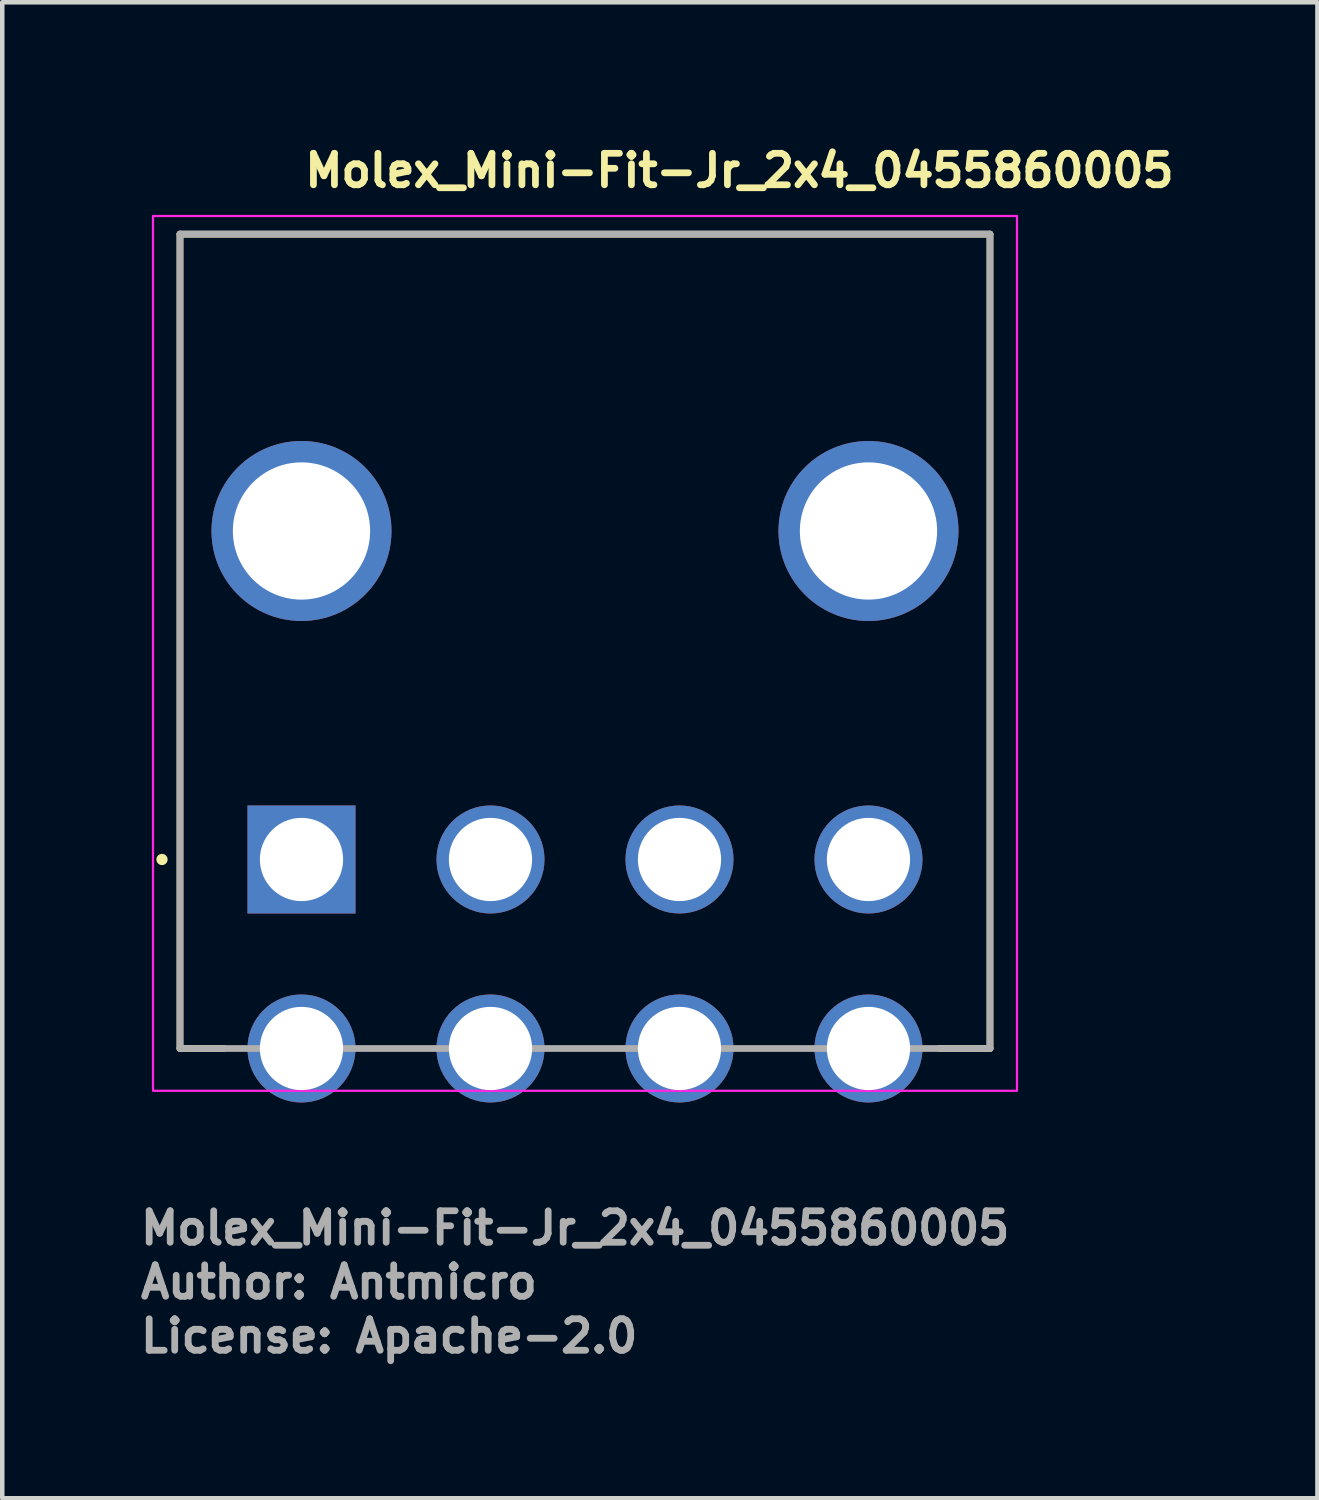
<source format=kicad_pcb>
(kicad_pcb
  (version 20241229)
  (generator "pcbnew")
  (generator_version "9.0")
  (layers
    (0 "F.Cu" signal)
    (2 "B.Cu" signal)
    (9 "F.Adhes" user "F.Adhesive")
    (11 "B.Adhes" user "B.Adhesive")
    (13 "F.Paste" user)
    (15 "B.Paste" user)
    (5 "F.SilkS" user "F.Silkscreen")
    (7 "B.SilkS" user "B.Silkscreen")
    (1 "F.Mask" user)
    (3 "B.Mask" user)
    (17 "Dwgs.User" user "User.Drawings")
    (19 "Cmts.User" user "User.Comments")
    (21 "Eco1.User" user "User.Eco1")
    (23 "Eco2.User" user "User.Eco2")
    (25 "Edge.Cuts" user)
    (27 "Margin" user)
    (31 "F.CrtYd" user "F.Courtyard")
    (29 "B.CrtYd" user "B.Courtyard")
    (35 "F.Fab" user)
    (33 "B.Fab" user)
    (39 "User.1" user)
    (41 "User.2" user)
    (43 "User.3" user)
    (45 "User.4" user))
  (footprint "Molex_Mini-Fit-Jr_2x4_0455860005"
    (layer "F.Cu")
    (at 3.65 16.05)
    (property "Reference" "Molex_Mini-Fit-Jr_2x4_0455860005" (at 0 -14.9 0) (unlocked yes) (layer "F.SilkS") (effects (font (size 0.7 0.7) (thickness 0.15)) (justify left bottom)))
    (attr through_hole)
    (fp_line (start -2.7 4.2) (end -2.7 -13.895) (stroke (width 0.15) (type solid)) (layer "F.SilkS"))
    (fp_line (start -1.735 4.2) (end -2.7 4.2) (stroke (width 0.15) (type solid)) (layer "F.SilkS"))
    (fp_line (start 15.3 -13.895) (end -2.7 -13.895) (stroke (width 0.15) (type solid)) (layer "F.SilkS"))
    (fp_line (start 15.3 4.2) (end 14.173 4.2) (stroke (width 0.15) (type solid)) (layer "F.SilkS"))
    (fp_line (start 15.3 4.2) (end 15.3 -13.884) (stroke (width 0.15) (type solid)) (layer "F.SilkS"))
    (fp_circle (center -3.1 0) (end -3.05 0) (stroke (width 0.15) (type solid)) (fill yes) (layer "F.SilkS"))
    (fp_rect (start -3.3 -14.3) (end 15.9 5.14) (stroke (width 0.05) (type solid)) (fill no) (layer "F.CrtYd"))
    (fp_line (start -2.7 4.2) (end -2.7 -13.9) (stroke (width 0.15) (type solid)) (layer "F.Fab"))
    (fp_line (start 15.3 -13.9) (end -2.7 -13.9) (stroke (width 0.15) (type solid)) (layer "F.Fab"))
    (fp_line (start 15.3 4.2) (end -2.7 4.2) (stroke (width 0.15) (type solid)) (layer "F.Fab"))
    (fp_line (start 15.3 4.2) (end 15.3 -13.9) (stroke (width 0.15) (type solid)) (layer "F.Fab"))
    (fp_rect (start -2.9 -13.895) (end 15.5 4.742) (stroke (width 0.1) (type solid)) (fill no) (layer "User.5"))
    (fp_line (start -2.9 -13.895) (end -2.783 -13.895) (stroke (width 0.02) (type solid)) (layer "User.9"))
    (fp_line (start -2.9 -7.295) (end -2.9 -13.895) (stroke (width 0.02) (type solid)) (layer "User.9"))
    (fp_line (start -2.9 -7.295) (end -2.9 -1.095) (stroke (width 0.02) (type solid)) (layer "User.9"))
    (fp_line (start -2.783 -13.895) (end -2.783 -13.895) (stroke (width 0.02) (type solid)) (layer "User.9"))
    (fp_line (start -2.783 -13.895) (end -2.5 -13.895) (stroke (width 0.02) (type solid)) (layer "User.9"))
    (fp_line (start -2.783 -7.295) (end -2.9 -7.295) (stroke (width 0.02) (type solid)) (layer "User.9"))
    (fp_line (start -2.783 -7.295) (end -2.783 -7.295) (stroke (width 0.02) (type solid)) (layer "User.9"))
    (fp_line (start -2.783 -1.095) (end -2.9 -1.095) (stroke (width 0.02) (type solid)) (layer "User.9"))
    (fp_line (start -2.783 -1.095) (end -2.783 -1.095) (stroke (width 0.02) (type solid)) (layer "User.9"))
    (fp_line (start -2.5 -13.895) (end -2.5 -1.095) (stroke (width 0.02) (type solid)) (layer "User.9"))
    (fp_line (start -2.5 -13.895) (end -2.383 -13.895) (stroke (width 0.02) (type solid)) (layer "User.9"))
    (fp_line (start -2.5 -7.295) (end -2.783 -7.295) (stroke (width 0.02) (type solid)) (layer "User.9"))
    (fp_line (start -2.5 -1.095) (end -2.783 -1.095) (stroke (width 0.02) (type solid)) (layer "User.9"))
    (fp_line (start -2.5 -1.095) (end -2.383 -1.095) (stroke (width 0.02) (type solid)) (layer "User.9"))
    (fp_line (start -2.383 -13.895) (end -2.383 -13.895) (stroke (width 0.02) (type solid)) (layer "User.9"))
    (fp_line (start -2.383 -13.895) (end -2.1 -13.895) (stroke (width 0.02) (type solid)) (layer "User.9"))
    (fp_line (start -2.383 -1.095) (end -2.383 -1.095) (stroke (width 0.02) (type solid)) (layer "User.9"))
    (fp_line (start -2.383 -1.095) (end -2.1 -1.095) (stroke (width 0.02) (type solid)) (layer "User.9"))
    (fp_line (start -2.1 -13.895) (end 2.7 -13.895) (stroke (width 0.02) (type solid)) (layer "User.9"))
    (fp_line (start -2.1 -1.095) (end 10.5 -1.095) (stroke (width 0.02) (type solid)) (layer "User.9"))
    (fp_line (start -0.335 2.722) (end -0.335 -1.095) (stroke (width 0.02) (type solid)) (layer "User.9"))
    (fp_line (start -0.335 3.172) (end -0.335 2.722) (stroke (width 0.02) (type solid)) (layer "User.9"))
    (fp_line (start -0.335 3.172) (end -0.335 3.172) (stroke (width 0.02) (type solid)) (layer "User.9"))
    (fp_line (start -0.335 3.389) (end -0.335 3.172) (stroke (width 0.02) (type solid)) (layer "User.9"))
    (fp_line (start -0.335 3.389) (end -0.335 3.389) (stroke (width 0.02) (type solid)) (layer "User.9"))
    (fp_line (start -0.335 3.599) (end -0.335 3.389) (stroke (width 0.02) (type solid)) (layer "User.9"))
    (fp_line (start -0.335 3.599) (end -0.335 3.599) (stroke (width 0.02) (type solid)) (layer "User.9"))
    (fp_line (start -0.335 3.797) (end -0.335 3.599) (stroke (width 0.02) (type solid)) (layer "User.9"))
    (fp_line (start -0.335 3.797) (end -0.335 3.797) (stroke (width 0.02) (type solid)) (layer "User.9"))
    (fp_line (start -0.335 3.982) (end -0.335 3.797) (stroke (width 0.02) (type solid)) (layer "User.9"))
    (fp_line (start -0.335 3.982) (end -0.335 3.982) (stroke (width 0.02) (type solid)) (layer "User.9"))
    (fp_line (start -0.335 4.151) (end -0.335 3.982) (stroke (width 0.02) (type solid)) (layer "User.9"))
    (fp_line (start -0.335 4.151) (end -0.335 4.151) (stroke (width 0.02) (type solid)) (layer "User.9"))
    (fp_line (start -0.335 4.302) (end -0.335 4.151) (stroke (width 0.02) (type solid)) (layer "User.9"))
    (fp_line (start -0.335 4.302) (end -0.335 4.302) (stroke (width 0.02) (type solid)) (layer "User.9"))
    (fp_line (start -0.335 4.433) (end -0.335 4.302) (stroke (width 0.02) (type solid)) (layer "User.9"))
    (fp_line (start -0.335 4.433) (end -0.335 4.433) (stroke (width 0.02) (type solid)) (layer "User.9"))
    (fp_line (start -0.335 4.542) (end -0.335 4.433) (stroke (width 0.02) (type solid)) (layer "User.9"))
    (fp_line (start -0.335 4.542) (end -0.335 4.542) (stroke (width 0.02) (type solid)) (layer "User.9"))
    (fp_line (start -0.335 4.629) (end -0.335 4.542) (stroke (width 0.02) (type solid)) (layer "User.9"))
    (fp_line (start -0.335 4.629) (end -0.335 4.629) (stroke (width 0.02) (type solid)) (layer "User.9"))
    (fp_line (start -0.335 4.692) (end -0.335 4.629) (stroke (width 0.02) (type solid)) (layer "User.9"))
    (fp_line (start -0.335 4.692) (end -0.335 4.692) (stroke (width 0.02) (type solid)) (layer "User.9"))
    (fp_line (start -0.335 4.73) (end -0.335 4.692) (stroke (width 0.02) (type solid)) (layer "User.9"))
    (fp_line (start -0.335 4.73) (end -0.335 4.73) (stroke (width 0.02) (type solid)) (layer "User.9"))
    (fp_line (start -0.335 4.742) (end -0.335 4.73) (stroke (width 0.02) (type solid)) (layer "User.9"))
    (fp_line (start 0.735 2.722) (end 0.735 -1.095) (stroke (width 0.02) (type solid)) (layer "User.9"))
    (fp_line (start 0.735 3.172) (end 0.735 2.722) (stroke (width 0.02) (type solid)) (layer "User.9"))
    (fp_line (start 0.735 3.172) (end 0.735 3.172) (stroke (width 0.02) (type solid)) (layer "User.9"))
    (fp_line (start 0.735 3.389) (end 0.735 3.172) (stroke (width 0.02) (type solid)) (layer "User.9"))
    (fp_line (start 0.735 3.389) (end 0.735 3.389) (stroke (width 0.02) (type solid)) (layer "User.9"))
    (fp_line (start 0.735 3.599) (end 0.735 3.389) (stroke (width 0.02) (type solid)) (layer "User.9"))
    (fp_line (start 0.735 3.599) (end 0.735 3.599) (stroke (width 0.02) (type solid)) (layer "User.9"))
    (fp_line (start 0.735 3.797) (end 0.735 3.599) (stroke (width 0.02) (type solid)) (layer "User.9"))
    (fp_line (start 0.735 3.797) (end 0.735 3.797) (stroke (width 0.02) (type solid)) (layer "User.9"))
    (fp_line (start 0.735 3.982) (end 0.735 3.797) (stroke (width 0.02) (type solid)) (layer "User.9"))
    (fp_line (start 0.735 3.982) (end 0.735 3.982) (stroke (width 0.02) (type solid)) (layer "User.9"))
    (fp_line (start 0.735 4.151) (end 0.735 3.982) (stroke (width 0.02) (type solid)) (layer "User.9"))
    (fp_line (start 0.735 4.151) (end 0.735 4.151) (stroke (width 0.02) (type solid)) (layer "User.9"))
    (fp_line (start 0.735 4.302) (end 0.735 4.151) (stroke (width 0.02) (type solid)) (layer "User.9"))
    (fp_line (start 0.735 4.302) (end 0.735 4.302) (stroke (width 0.02) (type solid)) (layer "User.9"))
    (fp_line (start 0.735 4.433) (end 0.735 4.302) (stroke (width 0.02) (type solid)) (layer "User.9"))
    (fp_line (start 0.735 4.433) (end 0.735 4.433) (stroke (width 0.02) (type solid)) (layer "User.9"))
    (fp_line (start 0.735 4.542) (end 0.735 4.433) (stroke (width 0.02) (type solid)) (layer "User.9"))
    (fp_line (start 0.735 4.542) (end 0.735 4.542) (stroke (width 0.02) (type solid)) (layer "User.9"))
    (fp_line (start 0.735 4.629) (end 0.735 4.542) (stroke (width 0.02) (type solid)) (layer "User.9"))
    (fp_line (start 0.735 4.629) (end 0.735 4.629) (stroke (width 0.02) (type solid)) (layer "User.9"))
    (fp_line (start 0.735 4.692) (end 0.735 4.629) (stroke (width 0.02) (type solid)) (layer "User.9"))
    (fp_line (start 0.735 4.692) (end 0.735 4.692) (stroke (width 0.02) (type solid)) (layer "User.9"))
    (fp_line (start 0.735 4.73) (end 0.735 4.692) (stroke (width 0.02) (type solid)) (layer "User.9"))
    (fp_line (start 0.735 4.73) (end 0.735 4.73) (stroke (width 0.02) (type solid)) (layer "User.9"))
    (fp_line (start 0.735 4.742) (end -0.335 4.742) (stroke (width 0.02) (type solid)) (layer "User.9"))
    (fp_line (start 0.735 4.742) (end 0.735 4.73) (stroke (width 0.02) (type solid)) (layer "User.9"))
    (fp_line (start 2.7 -11.545) (end 2.7 -13.895) (stroke (width 0.02) (type solid)) (layer "User.9"))
    (fp_line (start 2.7 -10.722) (end 2.7 -11.545) (stroke (width 0.02) (type solid)) (layer "User.9"))
    (fp_line (start 3.865 2.722) (end 3.865 -1.095) (stroke (width 0.02) (type solid)) (layer "User.9"))
    (fp_line (start 3.865 3.172) (end 3.865 2.722) (stroke (width 0.02) (type solid)) (layer "User.9"))
    (fp_line (start 3.865 3.172) (end 3.865 3.172) (stroke (width 0.02) (type solid)) (layer "User.9"))
    (fp_line (start 3.865 3.389) (end 3.865 3.172) (stroke (width 0.02) (type solid)) (layer "User.9"))
    (fp_line (start 3.865 3.389) (end 3.865 3.389) (stroke (width 0.02) (type solid)) (layer "User.9"))
    (fp_line (start 3.865 3.599) (end 3.865 3.389) (stroke (width 0.02) (type solid)) (layer "User.9"))
    (fp_line (start 3.865 3.599) (end 3.865 3.599) (stroke (width 0.02) (type solid)) (layer "User.9"))
    (fp_line (start 3.865 3.797) (end 3.865 3.599) (stroke (width 0.02) (type solid)) (layer "User.9"))
    (fp_line (start 3.865 3.797) (end 3.865 3.797) (stroke (width 0.02) (type solid)) (layer "User.9"))
    (fp_line (start 3.865 3.982) (end 3.865 3.797) (stroke (width 0.02) (type solid)) (layer "User.9"))
    (fp_line (start 3.865 3.982) (end 3.865 3.982) (stroke (width 0.02) (type solid)) (layer "User.9"))
    (fp_line (start 3.865 4.151) (end 3.865 3.982) (stroke (width 0.02) (type solid)) (layer "User.9"))
    (fp_line (start 3.865 4.151) (end 3.865 4.151) (stroke (width 0.02) (type solid)) (layer "User.9"))
    (fp_line (start 3.865 4.302) (end 3.865 4.151) (stroke (width 0.02) (type solid)) (layer "User.9"))
    (fp_line (start 3.865 4.302) (end 3.865 4.302) (stroke (width 0.02) (type solid)) (layer "User.9"))
    (fp_line (start 3.865 4.433) (end 3.865 4.302) (stroke (width 0.02) (type solid)) (layer "User.9"))
    (fp_line (start 3.865 4.433) (end 3.865 4.433) (stroke (width 0.02) (type solid)) (layer "User.9"))
    (fp_line (start 3.865 4.542) (end 3.865 4.433) (stroke (width 0.02) (type solid)) (layer "User.9"))
    (fp_line (start 3.865 4.542) (end 3.865 4.542) (stroke (width 0.02) (type solid)) (layer "User.9"))
    (fp_line (start 3.865 4.629) (end 3.865 4.542) (stroke (width 0.02) (type solid)) (layer "User.9"))
    (fp_line (start 3.865 4.629) (end 3.865 4.629) (stroke (width 0.02) (type solid)) (layer "User.9"))
    (fp_line (start 3.865 4.692) (end 3.865 4.629) (stroke (width 0.02) (type solid)) (layer "User.9"))
    (fp_line (start 3.865 4.692) (end 3.865 4.692) (stroke (width 0.02) (type solid)) (layer "User.9"))
    (fp_line (start 3.865 4.73) (end 3.865 4.692) (stroke (width 0.02) (type solid)) (layer "User.9"))
    (fp_line (start 3.865 4.73) (end 3.865 4.73) (stroke (width 0.02) (type solid)) (layer "User.9"))
    (fp_line (start 3.865 4.742) (end 3.865 4.73) (stroke (width 0.02) (type solid)) (layer "User.9"))
    (fp_line (start 4.935 2.722) (end 4.935 -1.095) (stroke (width 0.02) (type solid)) (layer "User.9"))
    (fp_line (start 4.935 3.172) (end 4.935 2.722) (stroke (width 0.02) (type solid)) (layer "User.9"))
    (fp_line (start 4.935 3.172) (end 4.935 3.172) (stroke (width 0.02) (type solid)) (layer "User.9"))
    (fp_line (start 4.935 3.389) (end 4.935 3.172) (stroke (width 0.02) (type solid)) (layer "User.9"))
    (fp_line (start 4.935 3.389) (end 4.935 3.389) (stroke (width 0.02) (type solid)) (layer "User.9"))
    (fp_line (start 4.935 3.599) (end 4.935 3.389) (stroke (width 0.02) (type solid)) (layer "User.9"))
    (fp_line (start 4.935 3.599) (end 4.935 3.599) (stroke (width 0.02) (type solid)) (layer "User.9"))
    (fp_line (start 4.935 3.797) (end 4.935 3.599) (stroke (width 0.02) (type solid)) (layer "User.9"))
    (fp_line (start 4.935 3.797) (end 4.935 3.797) (stroke (width 0.02) (type solid)) (layer "User.9"))
    (fp_line (start 4.935 3.982) (end 4.935 3.797) (stroke (width 0.02) (type solid)) (layer "User.9"))
    (fp_line (start 4.935 3.982) (end 4.935 3.982) (stroke (width 0.02) (type solid)) (layer "User.9"))
    (fp_line (start 4.935 4.151) (end 4.935 3.982) (stroke (width 0.02) (type solid)) (layer "User.9"))
    (fp_line (start 4.935 4.151) (end 4.935 4.151) (stroke (width 0.02) (type solid)) (layer "User.9"))
    (fp_line (start 4.935 4.302) (end 4.935 4.151) (stroke (width 0.02) (type solid)) (layer "User.9"))
    (fp_line (start 4.935 4.302) (end 4.935 4.302) (stroke (width 0.02) (type solid)) (layer "User.9"))
    (fp_line (start 4.935 4.433) (end 4.935 4.302) (stroke (width 0.02) (type solid)) (layer "User.9"))
    (fp_line (start 4.935 4.433) (end 4.935 4.433) (stroke (width 0.02) (type solid)) (layer "User.9"))
    (fp_line (start 4.935 4.542) (end 4.935 4.433) (stroke (width 0.02) (type solid)) (layer "User.9"))
    (fp_line (start 4.935 4.542) (end 4.935 4.542) (stroke (width 0.02) (type solid)) (layer "User.9"))
    (fp_line (start 4.935 4.629) (end 4.935 4.542) (stroke (width 0.02) (type solid)) (layer "User.9"))
    (fp_line (start 4.935 4.629) (end 4.935 4.629) (stroke (width 0.02) (type solid)) (layer "User.9"))
    (fp_line (start 4.935 4.692) (end 4.935 4.629) (stroke (width 0.02) (type solid)) (layer "User.9"))
    (fp_line (start 4.935 4.692) (end 4.935 4.692) (stroke (width 0.02) (type solid)) (layer "User.9"))
    (fp_line (start 4.935 4.73) (end 4.935 4.692) (stroke (width 0.02) (type solid)) (layer "User.9"))
    (fp_line (start 4.935 4.73) (end 4.935 4.73) (stroke (width 0.02) (type solid)) (layer "User.9"))
    (fp_line (start 4.935 4.742) (end 3.865 4.742) (stroke (width 0.02) (type solid)) (layer "User.9"))
    (fp_line (start 4.935 4.742) (end 4.935 4.73) (stroke (width 0.02) (type solid)) (layer "User.9"))
    (fp_line (start 8.065 2.722) (end 8.065 -1.095) (stroke (width 0.02) (type solid)) (layer "User.9"))
    (fp_line (start 8.065 3.172) (end 8.065 2.722) (stroke (width 0.02) (type solid)) (layer "User.9"))
    (fp_line (start 8.065 3.172) (end 8.065 3.172) (stroke (width 0.02) (type solid)) (layer "User.9"))
    (fp_line (start 8.065 3.389) (end 8.065 3.172) (stroke (width 0.02) (type solid)) (layer "User.9"))
    (fp_line (start 8.065 3.389) (end 8.065 3.389) (stroke (width 0.02) (type solid)) (layer "User.9"))
    (fp_line (start 8.065 3.599) (end 8.065 3.389) (stroke (width 0.02) (type solid)) (layer "User.9"))
    (fp_line (start 8.065 3.599) (end 8.065 3.599) (stroke (width 0.02) (type solid)) (layer "User.9"))
    (fp_line (start 8.065 3.797) (end 8.065 3.599) (stroke (width 0.02) (type solid)) (layer "User.9"))
    (fp_line (start 8.065 3.797) (end 8.065 3.797) (stroke (width 0.02) (type solid)) (layer "User.9"))
    (fp_line (start 8.065 3.982) (end 8.065 3.797) (stroke (width 0.02) (type solid)) (layer "User.9"))
    (fp_line (start 8.065 3.982) (end 8.065 3.982) (stroke (width 0.02) (type solid)) (layer "User.9"))
    (fp_line (start 8.065 4.151) (end 8.065 3.982) (stroke (width 0.02) (type solid)) (layer "User.9"))
    (fp_line (start 8.065 4.151) (end 8.065 4.151) (stroke (width 0.02) (type solid)) (layer "User.9"))
    (fp_line (start 8.065 4.302) (end 8.065 4.151) (stroke (width 0.02) (type solid)) (layer "User.9"))
    (fp_line (start 8.065 4.302) (end 8.065 4.302) (stroke (width 0.02) (type solid)) (layer "User.9"))
    (fp_line (start 8.065 4.433) (end 8.065 4.302) (stroke (width 0.02) (type solid)) (layer "User.9"))
    (fp_line (start 8.065 4.433) (end 8.065 4.433) (stroke (width 0.02) (type solid)) (layer "User.9"))
    (fp_line (start 8.065 4.542) (end 8.065 4.433) (stroke (width 0.02) (type solid)) (layer "User.9"))
    (fp_line (start 8.065 4.542) (end 8.065 4.542) (stroke (width 0.02) (type solid)) (layer "User.9"))
    (fp_line (start 8.065 4.629) (end 8.065 4.542) (stroke (width 0.02) (type solid)) (layer "User.9"))
    (fp_line (start 8.065 4.629) (end 8.065 4.629) (stroke (width 0.02) (type solid)) (layer "User.9"))
    (fp_line (start 8.065 4.692) (end 8.065 4.629) (stroke (width 0.02) (type solid)) (layer "User.9"))
    (fp_line (start 8.065 4.692) (end 8.065 4.692) (stroke (width 0.02) (type solid)) (layer "User.9"))
    (fp_line (start 8.065 4.73) (end 8.065 4.692) (stroke (width 0.02) (type solid)) (layer "User.9"))
    (fp_line (start 8.065 4.73) (end 8.065 4.73) (stroke (width 0.02) (type solid)) (layer "User.9"))
    (fp_line (start 8.065 4.742) (end 8.065 4.73) (stroke (width 0.02) (type solid)) (layer "User.9"))
    (fp_line (start 9.135 2.722) (end 9.135 -1.095) (stroke (width 0.02) (type solid)) (layer "User.9"))
    (fp_line (start 9.135 3.172) (end 9.135 2.722) (stroke (width 0.02) (type solid)) (layer "User.9"))
    (fp_line (start 9.135 3.172) (end 9.135 3.172) (stroke (width 0.02) (type solid)) (layer "User.9"))
    (fp_line (start 9.135 3.389) (end 9.135 3.172) (stroke (width 0.02) (type solid)) (layer "User.9"))
    (fp_line (start 9.135 3.389) (end 9.135 3.389) (stroke (width 0.02) (type solid)) (layer "User.9"))
    (fp_line (start 9.135 3.599) (end 9.135 3.389) (stroke (width 0.02) (type solid)) (layer "User.9"))
    (fp_line (start 9.135 3.599) (end 9.135 3.599) (stroke (width 0.02) (type solid)) (layer "User.9"))
    (fp_line (start 9.135 3.797) (end 9.135 3.599) (stroke (width 0.02) (type solid)) (layer "User.9"))
    (fp_line (start 9.135 3.797) (end 9.135 3.797) (stroke (width 0.02) (type solid)) (layer "User.9"))
    (fp_line (start 9.135 3.982) (end 9.135 3.797) (stroke (width 0.02) (type solid)) (layer "User.9"))
    (fp_line (start 9.135 3.982) (end 9.135 3.982) (stroke (width 0.02) (type solid)) (layer "User.9"))
    (fp_line (start 9.135 4.151) (end 9.135 3.982) (stroke (width 0.02) (type solid)) (layer "User.9"))
    (fp_line (start 9.135 4.151) (end 9.135 4.151) (stroke (width 0.02) (type solid)) (layer "User.9"))
    (fp_line (start 9.135 4.302) (end 9.135 4.151) (stroke (width 0.02) (type solid)) (layer "User.9"))
    (fp_line (start 9.135 4.302) (end 9.135 4.302) (stroke (width 0.02) (type solid)) (layer "User.9"))
    (fp_line (start 9.135 4.433) (end 9.135 4.302) (stroke (width 0.02) (type solid)) (layer "User.9"))
    (fp_line (start 9.135 4.433) (end 9.135 4.433) (stroke (width 0.02) (type solid)) (layer "User.9"))
    (fp_line (start 9.135 4.542) (end 9.135 4.433) (stroke (width 0.02) (type solid)) (layer "User.9"))
    (fp_line (start 9.135 4.542) (end 9.135 4.542) (stroke (width 0.02) (type solid)) (layer "User.9"))
    (fp_line (start 9.135 4.629) (end 9.135 4.542) (stroke (width 0.02) (type solid)) (layer "User.9"))
    (fp_line (start 9.135 4.629) (end 9.135 4.629) (stroke (width 0.02) (type solid)) (layer "User.9"))
    (fp_line (start 9.135 4.692) (end 9.135 4.629) (stroke (width 0.02) (type solid)) (layer "User.9"))
    (fp_line (start 9.135 4.692) (end 9.135 4.692) (stroke (width 0.02) (type solid)) (layer "User.9"))
    (fp_line (start 9.135 4.73) (end 9.135 4.692) (stroke (width 0.02) (type solid)) (layer "User.9"))
    (fp_line (start 9.135 4.73) (end 9.135 4.73) (stroke (width 0.02) (type solid)) (layer "User.9"))
    (fp_line (start 9.135 4.742) (end 8.065 4.742) (stroke (width 0.02) (type solid)) (layer "User.9"))
    (fp_line (start 9.135 4.742) (end 9.135 4.73) (stroke (width 0.02) (type solid)) (layer "User.9"))
    (fp_line (start 10.3 -13.895) (end 2.7 -13.895) (stroke (width 0.02) (type solid)) (layer "User.9"))
    (fp_line (start 10.3 -13.895) (end 10.5 -13.895) (stroke (width 0.02) (type solid)) (layer "User.9"))
    (fp_line (start 10.3 -11.545) (end 2.7 -11.545) (stroke (width 0.02) (type solid)) (layer "User.9"))
    (fp_line (start 10.3 -11.545) (end 10.3 -13.895) (stroke (width 0.02) (type solid)) (layer "User.9"))
    (fp_line (start 10.3 -10.722) (end 2.7 -10.722) (stroke (width 0.02) (type solid)) (layer "User.9"))
    (fp_line (start 10.3 -10.722) (end 10.3 -11.545) (stroke (width 0.02) (type solid)) (layer "User.9"))
    (fp_line (start 10.5 -13.895) (end 10.505 -13.895) (stroke (width 0.02) (type solid)) (layer "User.9"))
    (fp_line (start 10.5 -1.095) (end 10.5 -13.895) (stroke (width 0.02) (type solid)) (layer "User.9"))
    (fp_line (start 10.5 -1.095) (end 10.505 -1.095) (stroke (width 0.02) (type solid)) (layer "User.9"))
    (fp_line (start 10.505 -13.895) (end 10.505 -13.895) (stroke (width 0.02) (type solid)) (layer "User.9"))
    (fp_line (start 10.505 -13.895) (end 10.52 -13.895) (stroke (width 0.02) (type solid)) (layer "User.9"))
    (fp_line (start 10.505 -1.095) (end 10.505 -1.095) (stroke (width 0.02) (type solid)) (layer "User.9"))
    (fp_line (start 10.505 -1.095) (end 10.52 -1.095) (stroke (width 0.02) (type solid)) (layer "User.9"))
    (fp_line (start 10.52 -13.895) (end 10.52 -13.895) (stroke (width 0.02) (type solid)) (layer "User.9"))
    (fp_line (start 10.52 -13.895) (end 10.544 -13.895) (stroke (width 0.02) (type solid)) (layer "User.9"))
    (fp_line (start 10.52 -1.095) (end 10.52 -1.095) (stroke (width 0.02) (type solid)) (layer "User.9"))
    (fp_line (start 10.52 -1.095) (end 10.544 -1.095) (stroke (width 0.02) (type solid)) (layer "User.9"))
    (fp_line (start 10.544 -13.895) (end 10.544 -13.895) (stroke (width 0.02) (type solid)) (layer "User.9"))
    (fp_line (start 10.544 -13.895) (end 10.613 -13.895) (stroke (width 0.02) (type solid)) (layer "User.9"))
    (fp_line (start 10.544 -1.095) (end 10.544 -1.095) (stroke (width 0.02) (type solid)) (layer "User.9"))
    (fp_line (start 10.544 -1.095) (end 10.613 -1.095) (stroke (width 0.02) (type solid)) (layer "User.9"))
    (fp_line (start 10.613 -13.895) (end 10.613 -13.895) (stroke (width 0.02) (type solid)) (layer "User.9"))
    (fp_line (start 10.613 -13.895) (end 10.7 -13.895) (stroke (width 0.02) (type solid)) (layer "User.9"))
    (fp_line (start 10.613 -1.095) (end 10.613 -1.095) (stroke (width 0.02) (type solid)) (layer "User.9"))
    (fp_line (start 10.613 -1.095) (end 10.7 -1.095) (stroke (width 0.02) (type solid)) (layer "User.9"))
    (fp_line (start 10.7 -13.895) (end 10.7 -13.895) (stroke (width 0.02) (type solid)) (layer "User.9"))
    (fp_line (start 10.7 -13.895) (end 10.825 -13.895) (stroke (width 0.02) (type solid)) (layer "User.9"))
    (fp_line (start 10.7 -1.095) (end 10.7 -1.095) (stroke (width 0.02) (type solid)) (layer "User.9"))
    (fp_line (start 10.7 -1.095) (end 10.825 -1.095) (stroke (width 0.02) (type solid)) (layer "User.9"))
    (fp_line (start 10.825 -13.895) (end 10.825 -13.895) (stroke (width 0.02) (type solid)) (layer "User.9"))
    (fp_line (start 10.825 -13.895) (end 10.88 -13.895) (stroke (width 0.02) (type solid)) (layer "User.9"))
    (fp_line (start 10.825 -1.095) (end 10.825 -1.095) (stroke (width 0.02) (type solid)) (layer "User.9"))
    (fp_line (start 10.825 -1.095) (end 10.88 -1.095) (stroke (width 0.02) (type solid)) (layer "User.9"))
    (fp_line (start 10.88 -13.895) (end 10.88 -13.895) (stroke (width 0.02) (type solid)) (layer "User.9"))
    (fp_line (start 10.88 -13.895) (end 10.895 -13.895) (stroke (width 0.02) (type solid)) (layer "User.9"))
    (fp_line (start 10.88 -1.095) (end 10.88 -1.095) (stroke (width 0.02) (type solid)) (layer "User.9"))
    (fp_line (start 10.88 -1.095) (end 10.895 -1.095) (stroke (width 0.02) (type solid)) (layer "User.9"))
    (fp_line (start 10.895 -13.895) (end 10.895 -13.895) (stroke (width 0.02) (type solid)) (layer "User.9"))
    (fp_line (start 10.895 -13.895) (end 10.9 -13.895) (stroke (width 0.02) (type solid)) (layer "User.9"))
    (fp_line (start 10.895 -1.095) (end 10.895 -1.095) (stroke (width 0.02) (type solid)) (layer "User.9"))
    (fp_line (start 10.895 -1.095) (end 10.9 -1.095) (stroke (width 0.02) (type solid)) (layer "User.9"))
    (fp_line (start 10.9 -13.895) (end 15.1 -13.895) (stroke (width 0.02) (type solid)) (layer "User.9"))
    (fp_line (start 10.9 -1.095) (end 10.9 -13.895) (stroke (width 0.02) (type solid)) (layer "User.9"))
    (fp_line (start 10.9 -1.095) (end 15.1 -1.095) (stroke (width 0.02) (type solid)) (layer "User.9"))
    (fp_line (start 12.265 2.722) (end 12.265 -1.095) (stroke (width 0.02) (type solid)) (layer "User.9"))
    (fp_line (start 12.265 3.172) (end 12.265 2.722) (stroke (width 0.02) (type solid)) (layer "User.9"))
    (fp_line (start 12.265 3.172) (end 12.265 3.172) (stroke (width 0.02) (type solid)) (layer "User.9"))
    (fp_line (start 12.265 3.389) (end 12.265 3.172) (stroke (width 0.02) (type solid)) (layer "User.9"))
    (fp_line (start 12.265 3.389) (end 12.265 3.389) (stroke (width 0.02) (type solid)) (layer "User.9"))
    (fp_line (start 12.265 3.599) (end 12.265 3.389) (stroke (width 0.02) (type solid)) (layer "User.9"))
    (fp_line (start 12.265 3.599) (end 12.265 3.599) (stroke (width 0.02) (type solid)) (layer "User.9"))
    (fp_line (start 12.265 3.797) (end 12.265 3.599) (stroke (width 0.02) (type solid)) (layer "User.9"))
    (fp_line (start 12.265 3.797) (end 12.265 3.797) (stroke (width 0.02) (type solid)) (layer "User.9"))
    (fp_line (start 12.265 3.982) (end 12.265 3.797) (stroke (width 0.02) (type solid)) (layer "User.9"))
    (fp_line (start 12.265 3.982) (end 12.265 3.982) (stroke (width 0.02) (type solid)) (layer "User.9"))
    (fp_line (start 12.265 4.151) (end 12.265 3.982) (stroke (width 0.02) (type solid)) (layer "User.9"))
    (fp_line (start 12.265 4.151) (end 12.265 4.151) (stroke (width 0.02) (type solid)) (layer "User.9"))
    (fp_line (start 12.265 4.302) (end 12.265 4.151) (stroke (width 0.02) (type solid)) (layer "User.9"))
    (fp_line (start 12.265 4.302) (end 12.265 4.302) (stroke (width 0.02) (type solid)) (layer "User.9"))
    (fp_line (start 12.265 4.433) (end 12.265 4.302) (stroke (width 0.02) (type solid)) (layer "User.9"))
    (fp_line (start 12.265 4.433) (end 12.265 4.433) (stroke (width 0.02) (type solid)) (layer "User.9"))
    (fp_line (start 12.265 4.542) (end 12.265 4.433) (stroke (width 0.02) (type solid)) (layer "User.9"))
    (fp_line (start 12.265 4.542) (end 12.265 4.542) (stroke (width 0.02) (type solid)) (layer "User.9"))
    (fp_line (start 12.265 4.629) (end 12.265 4.542) (stroke (width 0.02) (type solid)) (layer "User.9"))
    (fp_line (start 12.265 4.629) (end 12.265 4.629) (stroke (width 0.02) (type solid)) (layer "User.9"))
    (fp_line (start 12.265 4.692) (end 12.265 4.629) (stroke (width 0.02) (type solid)) (layer "User.9"))
    (fp_line (start 12.265 4.692) (end 12.265 4.692) (stroke (width 0.02) (type solid)) (layer "User.9"))
    (fp_line (start 12.265 4.73) (end 12.265 4.692) (stroke (width 0.02) (type solid)) (layer "User.9"))
    (fp_line (start 12.265 4.73) (end 12.265 4.73) (stroke (width 0.02) (type solid)) (layer "User.9"))
    (fp_line (start 12.265 4.742) (end 12.265 4.73) (stroke (width 0.02) (type solid)) (layer "User.9"))
    (fp_line (start 13.335 2.722) (end 13.335 -1.095) (stroke (width 0.02) (type solid)) (layer "User.9"))
    (fp_line (start 13.335 3.172) (end 13.335 2.722) (stroke (width 0.02) (type solid)) (layer "User.9"))
    (fp_line (start 13.335 3.172) (end 13.335 3.172) (stroke (width 0.02) (type solid)) (layer "User.9"))
    (fp_line (start 13.335 3.389) (end 13.335 3.172) (stroke (width 0.02) (type solid)) (layer "User.9"))
    (fp_line (start 13.335 3.389) (end 13.335 3.389) (stroke (width 0.02) (type solid)) (layer "User.9"))
    (fp_line (start 13.335 3.599) (end 13.335 3.389) (stroke (width 0.02) (type solid)) (layer "User.9"))
    (fp_line (start 13.335 3.599) (end 13.335 3.599) (stroke (width 0.02) (type solid)) (layer "User.9"))
    (fp_line (start 13.335 3.797) (end 13.335 3.599) (stroke (width 0.02) (type solid)) (layer "User.9"))
    (fp_line (start 13.335 3.797) (end 13.335 3.797) (stroke (width 0.02) (type solid)) (layer "User.9"))
    (fp_line (start 13.335 3.982) (end 13.335 3.797) (stroke (width 0.02) (type solid)) (layer "User.9"))
    (fp_line (start 13.335 3.982) (end 13.335 3.982) (stroke (width 0.02) (type solid)) (layer "User.9"))
    (fp_line (start 13.335 4.151) (end 13.335 3.982) (stroke (width 0.02) (type solid)) (layer "User.9"))
    (fp_line (start 13.335 4.151) (end 13.335 4.151) (stroke (width 0.02) (type solid)) (layer "User.9"))
    (fp_line (start 13.335 4.302) (end 13.335 4.151) (stroke (width 0.02) (type solid)) (layer "User.9"))
    (fp_line (start 13.335 4.302) (end 13.335 4.302) (stroke (width 0.02) (type solid)) (layer "User.9"))
    (fp_line (start 13.335 4.433) (end 13.335 4.302) (stroke (width 0.02) (type solid)) (layer "User.9"))
    (fp_line (start 13.335 4.433) (end 13.335 4.433) (stroke (width 0.02) (type solid)) (layer "User.9"))
    (fp_line (start 13.335 4.542) (end 13.335 4.433) (stroke (width 0.02) (type solid)) (layer "User.9"))
    (fp_line (start 13.335 4.542) (end 13.335 4.542) (stroke (width 0.02) (type solid)) (layer "User.9"))
    (fp_line (start 13.335 4.629) (end 13.335 4.542) (stroke (width 0.02) (type solid)) (layer "User.9"))
    (fp_line (start 13.335 4.629) (end 13.335 4.629) (stroke (width 0.02) (type solid)) (layer "User.9"))
    (fp_line (start 13.335 4.692) (end 13.335 4.629) (stroke (width 0.02) (type solid)) (layer "User.9"))
    (fp_line (start 13.335 4.692) (end 13.335 4.692) (stroke (width 0.02) (type solid)) (layer "User.9"))
    (fp_line (start 13.335 4.73) (end 13.335 4.692) (stroke (width 0.02) (type solid)) (layer "User.9"))
    (fp_line (start 13.335 4.73) (end 13.335 4.73) (stroke (width 0.02) (type solid)) (layer "User.9"))
    (fp_line (start 13.335 4.742) (end 12.265 4.742) (stroke (width 0.02) (type solid)) (layer "User.9"))
    (fp_line (start 13.335 4.742) (end 13.335 4.73) (stroke (width 0.02) (type solid)) (layer "User.9"))
    (fp_line (start 15.1 -13.895) (end 15.383 -13.895) (stroke (width 0.02) (type solid)) (layer "User.9"))
    (fp_line (start 15.1 -1.095) (end 15.383 -1.095) (stroke (width 0.02) (type solid)) (layer "User.9"))
    (fp_line (start 15.383 -13.895) (end 15.383 -13.895) (stroke (width 0.02) (type solid)) (layer "User.9"))
    (fp_line (start 15.383 -13.895) (end 15.5 -13.895) (stroke (width 0.02) (type solid)) (layer "User.9"))
    (fp_line (start 15.383 -1.095) (end 15.383 -1.095) (stroke (width 0.02) (type solid)) (layer "User.9"))
    (fp_line (start 15.383 -1.095) (end 15.5 -1.095) (stroke (width 0.02) (type solid)) (layer "User.9"))
    (fp_line (start 15.5 -13.895) (end 15.5 -1.095) (stroke (width 0.02) (type solid)) (layer "User.9"))
    (fp_text user "${REFERENCE}" (at -3.65 8.6 0) (layer "F.Fab") (effects (font (size 0.7 0.7) (thickness 0.15)) (justify left bottom)))
    (fp_text user "License: Apache-2.0" (at -3.65 11 0) (layer "F.Fab") (effects (font (size 0.7 0.7) (thickness 0.15)) (justify left bottom)))
    (fp_text user "Author: Antmicro" (at -3.65 9.8 0) (layer "F.Fab") (effects (font (size 0.7 0.7) (thickness 0.15)) (justify left bottom)))
    (pad "1" thru_hole rect (at 0 0 180) (size 2.4 2.4) (drill 1.85) (layers "*.Cu" "*.Mask"))
    (pad "2" thru_hole circle (at 4.2 0 180) (size 2.4 2.4) (drill 1.85) (layers "*.Cu" "*.Mask"))
    (pad "3" thru_hole circle (at 8.4 0 180) (size 2.4 2.4) (drill 1.85) (layers "*.Cu" "*.Mask"))
    (pad "4" thru_hole circle (at 12.6 0 180) (size 2.4 2.4) (drill 1.85) (layers "*.Cu" "*.Mask"))
    (pad "5" thru_hole circle (at 0 4.2 180) (size 2.4 2.4) (drill 1.85) (layers "*.Cu" "*.Mask"))
    (pad "6" thru_hole circle (at 4.2 4.2 180) (size 2.4 2.4) (drill 1.85) (layers "*.Cu" "*.Mask"))
    (pad "7" thru_hole circle (at 8.4 4.2 180) (size 2.4 2.4) (drill 1.85) (layers "*.Cu" "*.Mask"))
    (pad "8" thru_hole circle (at 12.6 4.2 180) (size 2.4 2.4) (drill 1.85) (layers "*.Cu" "*.Mask"))
    (pad "MH" thru_hole circle (at 0 -7.3 180) (size 4 4) (drill 3.05) (layers "*.Cu" "*.Mask"))
    (pad "MH" thru_hole circle (at 12.6 -7.3 180) (size 4 4) (drill 3.05) (layers "*.Cu" "*.Mask")))
  (gr_rect
    (start -3 -3)
    (end 26.227 30.245)
    (stroke (width 0.1) (type default))
    (fill no)
    (layer "Edge.Cuts")))
</source>
